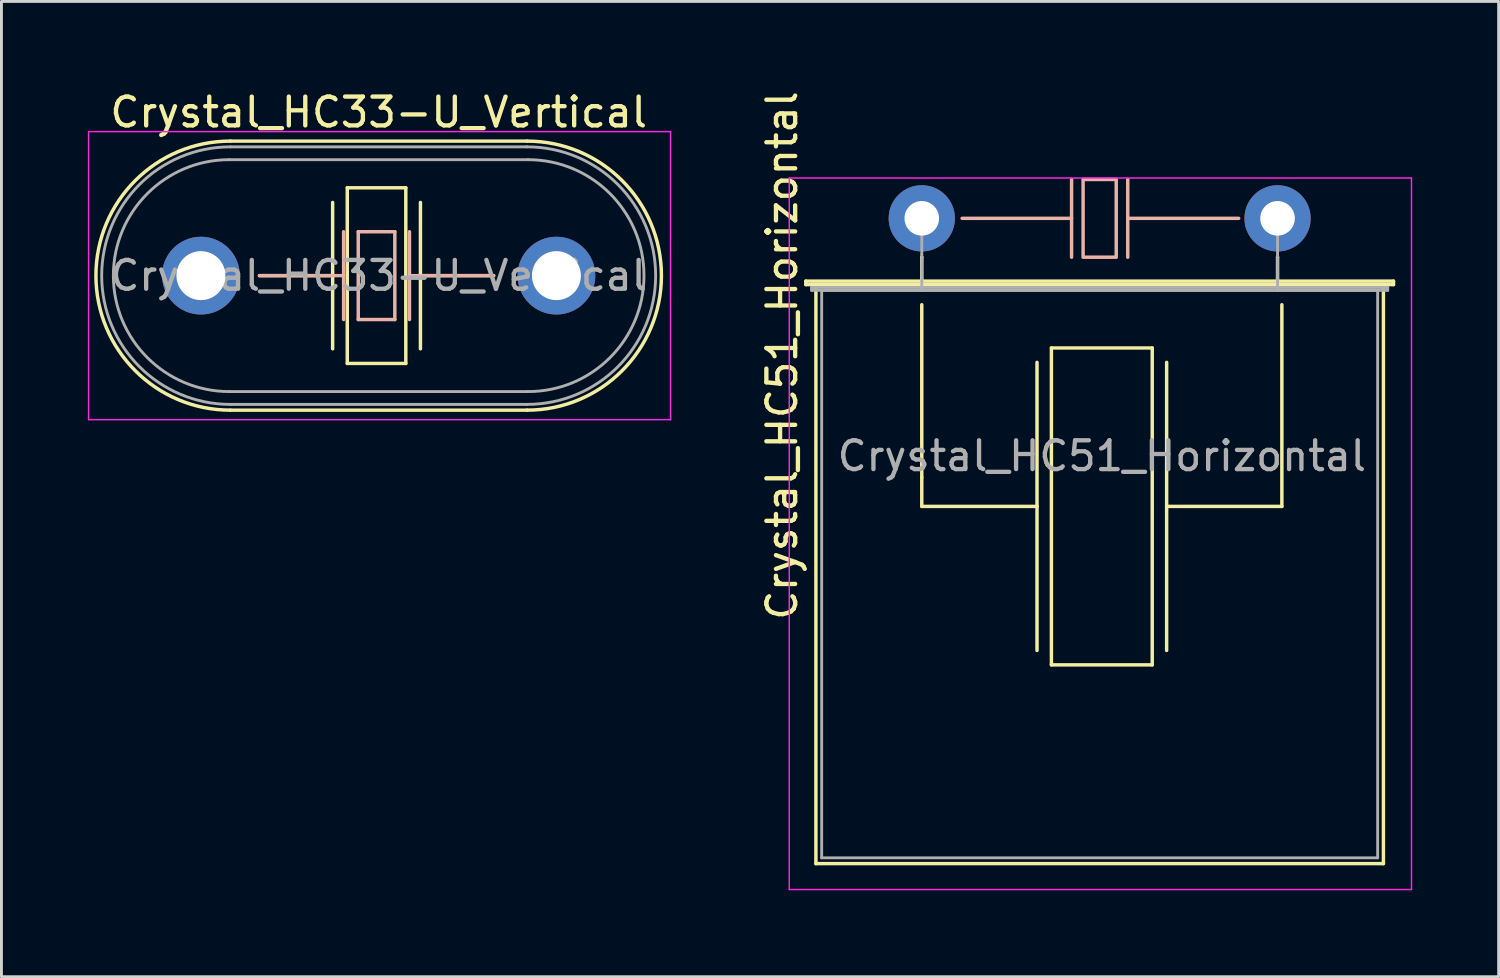
<source format=kicad_pcb>
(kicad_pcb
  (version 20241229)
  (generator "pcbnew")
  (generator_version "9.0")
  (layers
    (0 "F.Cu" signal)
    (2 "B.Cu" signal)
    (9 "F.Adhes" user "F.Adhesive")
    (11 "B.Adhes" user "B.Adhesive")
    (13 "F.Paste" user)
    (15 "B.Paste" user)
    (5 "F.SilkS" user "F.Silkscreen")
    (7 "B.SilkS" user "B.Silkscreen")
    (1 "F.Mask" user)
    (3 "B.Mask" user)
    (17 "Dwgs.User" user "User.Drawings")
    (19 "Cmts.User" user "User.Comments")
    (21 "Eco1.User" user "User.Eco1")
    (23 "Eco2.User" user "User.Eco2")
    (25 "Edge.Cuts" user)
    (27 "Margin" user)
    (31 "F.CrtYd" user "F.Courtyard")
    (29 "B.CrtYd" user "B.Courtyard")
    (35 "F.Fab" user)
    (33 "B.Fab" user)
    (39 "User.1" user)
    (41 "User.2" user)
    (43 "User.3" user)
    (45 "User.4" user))
  (footprint "Crystal_HC33-U_Vertical"
    (layer "F.Cu")
    (at 3.925 6.518)
    (property "Reference" "Crystal_HC33-U_Vertical" (at 6.17 -5.67 0) (layer "F.SilkS") (effects (font (size 1 1) (thickness 0.15))))
    (attr through_hole)
    (fp_line (start 1.025 -4.67) (end 11.315 -4.67) (stroke (width 0.12) (type solid)) (layer "F.SilkS"))
    (fp_line (start 1.025 4.67) (end 11.315 4.67) (stroke (width 0.12) (type solid)) (layer "F.SilkS"))
    (fp_line (start 2.032 0) (end 4.572 0) (stroke (width 0.12) (type solid)) (layer "F.SilkS"))
    (fp_line (start 4.572 -2.54) (end 4.572 2.54) (stroke (width 0.12) (type solid)) (layer "F.SilkS"))
    (fp_line (start 5.08 -3.048) (end 7.112 -3.048) (stroke (width 0.12) (type solid)) (layer "F.SilkS"))
    (fp_line (start 5.08 3.048) (end 5.08 -3.048) (stroke (width 0.12) (type solid)) (layer "F.SilkS"))
    (fp_line (start 7.112 -3.048) (end 7.112 3.048) (stroke (width 0.12) (type solid)) (layer "F.SilkS"))
    (fp_line (start 7.112 3.048) (end 5.08 3.048) (stroke (width 0.12) (type solid)) (layer "F.SilkS"))
    (fp_line (start 7.62 -2.54) (end 7.62 2.54) (stroke (width 0.12) (type solid)) (layer "F.SilkS"))
    (fp_line (start 10.16 0) (end 7.62 0) (stroke (width 0.12) (type solid)) (layer "F.SilkS"))
    (fp_arc (start 1.025 4.67) (mid -3.645 0) (end 1.025 -4.67) (stroke (width 0.12) (type solid)) (layer "F.SilkS"))
    (fp_arc (start 11.315 -4.67) (mid 15.985 0) (end 11.315 4.67) (stroke (width 0.12) (type solid)) (layer "F.SilkS"))
    (fp_line (start 2.032 0) (end 4.953 0) (stroke (width 0.12) (type solid)) (layer "B.SilkS"))
    (fp_line (start 4.953 1.524) (end 4.953 -1.524) (stroke (width 0.12) (type solid)) (layer "B.SilkS"))
    (fp_line (start 5.461 -1.524) (end 5.461 1.524) (stroke (width 0.12) (type solid)) (layer "B.SilkS"))
    (fp_line (start 5.461 1.524) (end 6.731 1.524) (stroke (width 0.12) (type solid)) (layer "B.SilkS"))
    (fp_line (start 6.731 -1.524) (end 5.461 -1.524) (stroke (width 0.12) (type solid)) (layer "B.SilkS"))
    (fp_line (start 6.731 1.524) (end 6.731 -1.524) (stroke (width 0.12) (type solid)) (layer "B.SilkS"))
    (fp_line (start 7.239 1.524) (end 7.239 -1.524) (stroke (width 0.12) (type solid)) (layer "B.SilkS"))
    (fp_line (start 10.16 0) (end 7.239 0) (stroke (width 0.12) (type solid)) (layer "B.SilkS"))
    (fp_line (start -3.9 -5) (end -3.9 5) (stroke (width 0.05) (type solid)) (layer "F.CrtYd"))
    (fp_line (start -3.9 5) (end 16.3 5) (stroke (width 0.05) (type solid)) (layer "F.CrtYd"))
    (fp_line (start 16.3 -5) (end -3.9 -5) (stroke (width 0.05) (type solid)) (layer "F.CrtYd"))
    (fp_line (start 16.3 5) (end 16.3 -5) (stroke (width 0.05) (type solid)) (layer "F.CrtYd"))
    (fp_line (start 0.985 -4.025) (end 11.355 -4.025) (stroke (width 0.1) (type solid)) (layer "F.Fab"))
    (fp_line (start 0.985 4.025) (end 11.355 4.025) (stroke (width 0.1) (type solid)) (layer "F.Fab"))
    (fp_line (start 1.025 -4.47) (end 11.315 -4.47) (stroke (width 0.1) (type solid)) (layer "F.Fab"))
    (fp_line (start 1.025 4.47) (end 11.315 4.47) (stroke (width 0.1) (type solid)) (layer "F.Fab"))
    (fp_arc (start 0.985 4.025) (mid -3.04 0) (end 0.985 -4.025) (stroke (width 0.1) (type solid)) (layer "F.Fab"))
    (fp_arc (start 1.025 4.47) (mid -3.445 0) (end 1.025 -4.47) (stroke (width 0.1) (type solid)) (layer "F.Fab"))
    (fp_arc (start 11.315 -4.47) (mid 15.785 0) (end 11.315 4.47) (stroke (width 0.1) (type solid)) (layer "F.Fab"))
    (fp_arc (start 11.355 -4.025) (mid 15.38 0) (end 11.355 4.025) (stroke (width 0.1) (type solid)) (layer "F.Fab"))
    (fp_text user "${REFERENCE}" (at 6.17 0 0) (layer "F.Fab") (effects (font (size 1 1) (thickness 0.15))))
    (pad "1" thru_hole circle (at 0 0) (size 2.7 2.7) (drill 1.7) (layers "*.Cu" "*.Mask"))
    (pad "2" thru_hole circle (at 12.34 0) (size 2.7 2.7) (drill 1.7) (layers "*.Cu" "*.Mask")))
  (footprint "Crystal_HC51_Horizontal"
    (layer "F.Cu")
    (at 28.948 4.529)
    (property "Reference" "Crystal_HC51_Horizontal" (at -4.85 4.763 90) (layer "F.SilkS") (effects (font (size 1 1) (thickness 0.15))))
    (attr through_hole)
    (fp_line (start -4.025 2.18) (end 16.375 2.18) (stroke (width 0.12) (type solid)) (layer "F.SilkS"))
    (fp_line (start -4.025 2.3) (end -4.025 2.18) (stroke (width 0.12) (type solid)) (layer "F.SilkS"))
    (fp_line (start -3.675 2.3) (end -3.675 22.4) (stroke (width 0.12) (type solid)) (layer "F.SilkS"))
    (fp_line (start -3.675 22.4) (end 16.025 22.4) (stroke (width 0.12) (type solid)) (layer "F.SilkS"))
    (fp_line (start 0 1.35) (end 0 1.35) (stroke (width 0.12) (type solid)) (layer "F.SilkS"))
    (fp_line (start 0 2.3) (end 0 1.35) (stroke (width 0.12) (type solid)) (layer "F.SilkS"))
    (fp_line (start 0 3) (end 0 9) (stroke (width 0.12) (type solid)) (layer "F.SilkS"))
    (fp_line (start 0 9) (end 0 10) (stroke (width 0.12) (type solid)) (layer "F.SilkS"))
    (fp_line (start 0 10) (end 4 10) (stroke (width 0.12) (type solid)) (layer "F.SilkS"))
    (fp_line (start 4 10) (end 4 5) (stroke (width 0.12) (type solid)) (layer "F.SilkS"))
    (fp_line (start 4 15) (end 4 10) (stroke (width 0.12) (type solid)) (layer "F.SilkS"))
    (fp_line (start 4.5 4.5) (end 4.5 15.5) (stroke (width 0.12) (type solid)) (layer "F.SilkS"))
    (fp_line (start 4.5 15.5) (end 8 15.5) (stroke (width 0.12) (type solid)) (layer "F.SilkS"))
    (fp_line (start 8 4.5) (end 4.5 4.5) (stroke (width 0.12) (type solid)) (layer "F.SilkS"))
    (fp_line (start 8 15.5) (end 8 4.5) (stroke (width 0.12) (type solid)) (layer "F.SilkS"))
    (fp_line (start 8.5 5) (end 8.5 10) (stroke (width 0.12) (type solid)) (layer "F.SilkS"))
    (fp_line (start 8.5 10) (end 8.5 15) (stroke (width 0.12) (type solid)) (layer "F.SilkS"))
    (fp_line (start 12.35 1.35) (end 12.35 1.35) (stroke (width 0.12) (type solid)) (layer "F.SilkS"))
    (fp_line (start 12.35 2.3) (end 12.35 1.35) (stroke (width 0.12) (type solid)) (layer "F.SilkS"))
    (fp_line (start 12.5 3) (end 12.5 10) (stroke (width 0.12) (type solid)) (layer "F.SilkS"))
    (fp_line (start 12.5 10) (end 8.5 10) (stroke (width 0.12) (type solid)) (layer "F.SilkS"))
    (fp_line (start 16.025 2.3) (end -3.675 2.3) (stroke (width 0.12) (type solid)) (layer "F.SilkS"))
    (fp_line (start 16.025 22.4) (end 16.025 2.3) (stroke (width 0.12) (type solid)) (layer "F.SilkS"))
    (fp_line (start 16.375 2.18) (end 16.375 2.3) (stroke (width 0.12) (type solid)) (layer "F.SilkS"))
    (fp_line (start 16.375 2.3) (end -4.025 2.3) (stroke (width 0.12) (type solid)) (layer "F.SilkS"))
    (fp_line (start 5.2 -1.35) (end 5.2 1.35) (stroke (width 0.12) (type solid)) (layer "B.SilkS"))
    (fp_line (start 5.2 0) (end 1.4 0) (stroke (width 0.12) (type solid)) (layer "B.SilkS"))
    (fp_line (start 7.15 -1.35) (end 7.15 1.35) (stroke (width 0.12) (type solid)) (layer "B.SilkS"))
    (fp_line (start 7.15 0) (end 11 0) (stroke (width 0.12) (type solid)) (layer "B.SilkS"))
    (fp_rect (start 5.6 -1.35) (end 6.75 1.35) (stroke (width 0.12) (type solid)) (fill no) (layer "B.SilkS"))
    (fp_line (start -4.6 -1.4) (end -4.6 23.3) (stroke (width 0.05) (type solid)) (layer "F.CrtYd"))
    (fp_line (start -4.6 23.3) (end 17 23.3) (stroke (width 0.05) (type solid)) (layer "F.CrtYd"))
    (fp_line (start 17 -1.4) (end -4.6 -1.4) (stroke (width 0.05) (type solid)) (layer "F.CrtYd"))
    (fp_line (start 17 23.3) (end 17 -1.4) (stroke (width 0.05) (type solid)) (layer "F.CrtYd"))
    (fp_line (start -3.825 2.4) (end 16.175 2.4) (stroke (width 0.1) (type solid)) (layer "F.Fab"))
    (fp_line (start -3.825 2.5) (end -3.825 2.4) (stroke (width 0.1) (type solid)) (layer "F.Fab"))
    (fp_line (start -3.475 2.5) (end -3.475 22.2) (stroke (width 0.1) (type solid)) (layer "F.Fab"))
    (fp_line (start -3.475 22.2) (end 15.825 22.2) (stroke (width 0.1) (type solid)) (layer "F.Fab"))
    (fp_line (start 0 1.25) (end 0 0) (stroke (width 0.1) (type solid)) (layer "F.Fab"))
    (fp_line (start 0 2.5) (end 0 1.25) (stroke (width 0.1) (type solid)) (layer "F.Fab"))
    (fp_line (start 12.35 1.25) (end 12.35 0) (stroke (width 0.1) (type solid)) (layer "F.Fab"))
    (fp_line (start 12.35 2.5) (end 12.35 1.25) (stroke (width 0.1) (type solid)) (layer "F.Fab"))
    (fp_line (start 15.825 2.5) (end -3.475 2.5) (stroke (width 0.1) (type solid)) (layer "F.Fab"))
    (fp_line (start 15.825 22.2) (end 15.825 2.5) (stroke (width 0.1) (type solid)) (layer "F.Fab"))
    (fp_line (start 16.175 2.4) (end 16.175 2.5) (stroke (width 0.1) (type solid)) (layer "F.Fab"))
    (fp_line (start 16.175 2.5) (end -3.825 2.5) (stroke (width 0.1) (type solid)) (layer "F.Fab"))
    (fp_text user "${REFERENCE}" (at 6.25 8.25 0) (layer "F.Fab") (effects (font (size 1 1) (thickness 0.15))))
    (pad "1" thru_hole circle (at 0 0) (size 2.3 2.3) (drill 1.2) (layers "*.Cu" "*.Mask"))
    (pad "2" thru_hole circle (at 12.35 0) (size 2.3 2.3) (drill 1.2) (layers "*.Cu" "*.Mask")))
  (gr_rect
    (start -3 -3)
    (end 48.973 30.854)
    (stroke (width 0.1) (type default))
    (fill no)
    (layer "Edge.Cuts")))
</source>
